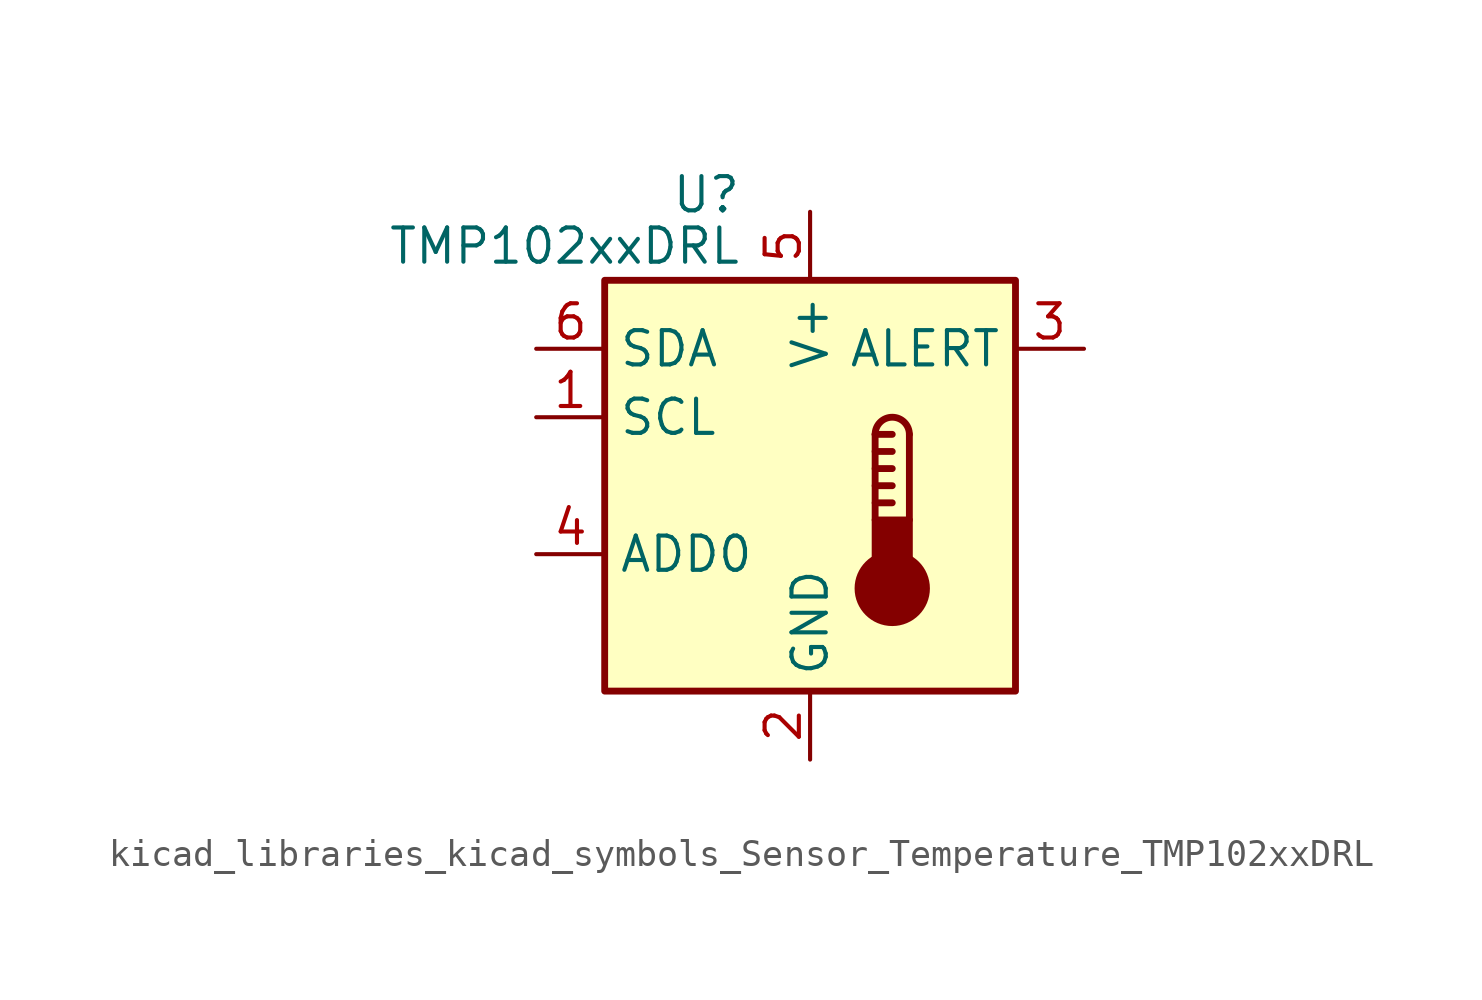
<source format=kicad_sym>
(kicad_symbol_lib
  (version 20220914)
  (generator kicad_symbol_editor)
  (symbol "kicad_libraries_kicad_symbols_Sensor_Temperature_TMP102xxDRL"
    (property "Reference" "U"
      (at -2.54 10.795 0)
      (effects (font (size 1.27 1.27)) (justify right)))
    (property "Value" "TMP102xxDRL"
      (at -2.54 8.89 0)
      (effects (font (size 1.27 1.27)) (justify right)))
    (symbol "kicad_libraries_kicad_symbols_Sensor_Temperature_TMP102xxDRL_0_1"
      (rectangle (start -7.62 7.62) (end 7.62 -7.62) (stroke (width 0.254) (type default)) (fill (type background))))
    (symbol "kicad_libraries_kicad_symbols_Sensor_Temperature_TMP102xxDRL_1_1"
      (polyline (pts (xy 2.413 -0.635) (xy 3.048 -0.635)) (stroke (width 0.254) (type default)) (fill (type none)))
      (polyline (pts (xy 2.413 0) (xy 3.048 0)) (stroke (width 0.254) (type default)) (fill (type none)))
      (polyline (pts (xy 2.413 0.635) (xy 3.048 0.635)) (stroke (width 0.254) (type default)) (fill (type none)))
      (polyline (pts (xy 2.413 1.27) (xy 3.048 1.27)) (stroke (width 0.254) (type default)) (fill (type none)))
      (polyline (pts (xy 2.413 1.905) (xy 2.413 -1.27)) (stroke (width 0.254) (type default)) (fill (type none)))
      (polyline (pts (xy 2.413 1.905) (xy 3.048 1.905)) (stroke (width 0.254) (type default)) (fill (type none)))
      (polyline (pts (xy 3.683 1.905) (xy 3.683 -1.27)) (stroke (width 0.254) (type default)) (fill (type none)))
      (circle (center 3.048 -3.81) (radius 1.27) (stroke (width 0.254) (type default)) (fill (type outline)))
      (rectangle (start 3.683 -3.175) (end 2.413 -1.27) (stroke (width 0.254) (type default)) (fill (type outline)))
      (arc (start 3.683 1.905) (mid 3.048 2.5373) (end 2.413 1.905) (stroke (width 0.254) (type default)) (fill (type none)))
      (pin input line (at -10.16 2.54 0) (length 2.54) (name "SCL" (effects (font (size 1.27 1.27)))) (number "1" (effects (font (size 1.27 1.27)))))
      (pin power_in line (at 0 -10.16 90) (length 2.54) (name "GND" (effects (font (size 1.27 1.27)))) (number "2" (effects (font (size 1.27 1.27)))))
      (pin open_collector line (at 10.16 5.08 180) (length 2.54) (name "ALERT" (effects (font (size 1.27 1.27)))) (number "3" (effects (font (size 1.27 1.27)))))
      (pin input line (at -10.16 -2.54 0) (length 2.54) (name "ADD0" (effects (font (size 1.27 1.27)))) (number "4" (effects (font (size 1.27 1.27)))))
      (pin power_in line (at 0 10.16 270) (length 2.54) (name "V+" (effects (font (size 1.27 1.27)))) (number "5" (effects (font (size 1.27 1.27)))))
      (pin bidirectional line (at -10.16 5.08 0) (length 2.54) (name "SDA" (effects (font (size 1.27 1.27)))) (number "6" (effects (font (size 1.27 1.27))))))))
</source>
